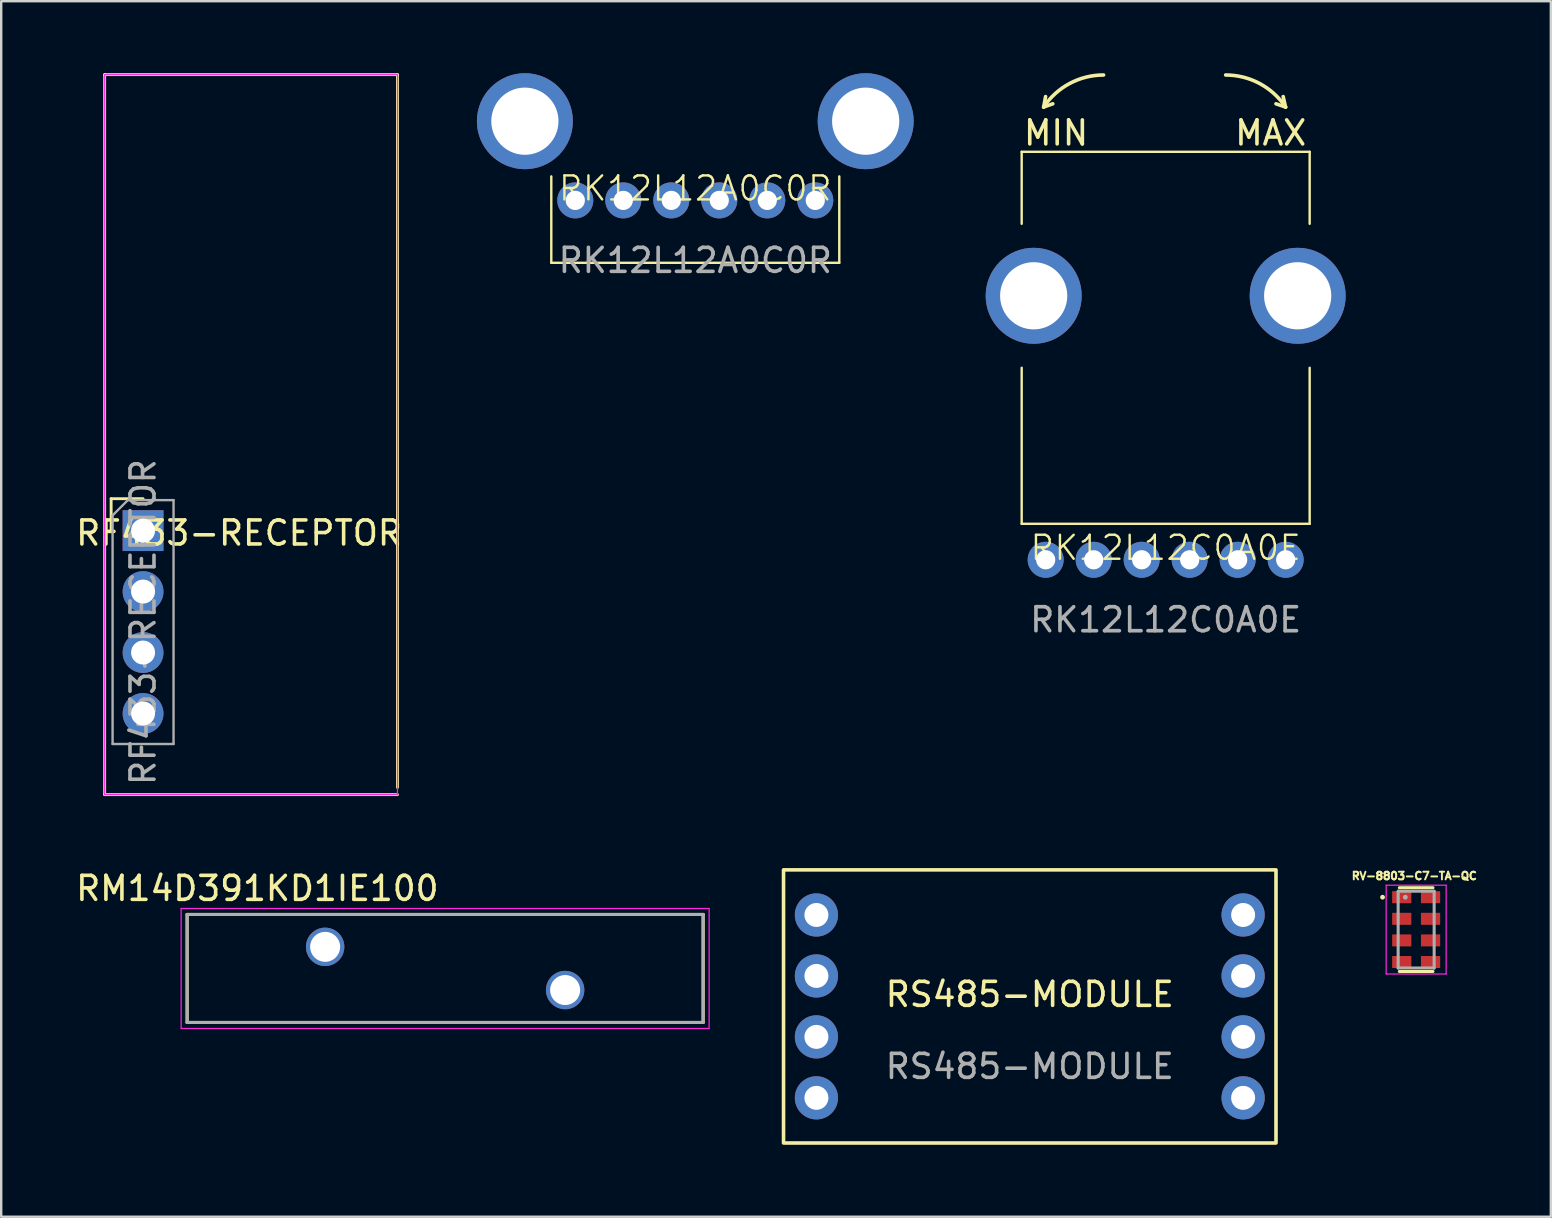
<source format=kicad_pcb>
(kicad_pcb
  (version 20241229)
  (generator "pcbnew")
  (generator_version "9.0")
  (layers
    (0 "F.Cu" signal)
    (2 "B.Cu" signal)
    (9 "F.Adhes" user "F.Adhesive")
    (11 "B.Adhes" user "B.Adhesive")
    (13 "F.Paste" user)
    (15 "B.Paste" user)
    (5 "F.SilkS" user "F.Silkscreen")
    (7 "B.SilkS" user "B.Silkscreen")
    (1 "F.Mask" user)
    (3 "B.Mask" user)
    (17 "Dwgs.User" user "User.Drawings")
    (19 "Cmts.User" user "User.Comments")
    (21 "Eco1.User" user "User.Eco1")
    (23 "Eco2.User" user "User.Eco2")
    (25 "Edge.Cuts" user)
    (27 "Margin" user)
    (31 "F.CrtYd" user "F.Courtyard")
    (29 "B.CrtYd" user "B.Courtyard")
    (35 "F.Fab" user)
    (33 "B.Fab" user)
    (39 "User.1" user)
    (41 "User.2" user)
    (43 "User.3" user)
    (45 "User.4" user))
  (footprint "RF433-RECEPTOR"
    (layer "F.Cu")
    (at 2.911 19.06)
    (property "Reference" "RF433-RECEPTOR" (at 4 0.1 0) (layer "F.SilkS") (effects (font (size 1 1) (thickness 0.15))))
    (attr through_hole)
    (fp_line (start -1.6 -19) (end -1.6 11) (stroke (width 0.12) (type solid)) (layer "F.SilkS"))
    (fp_line (start -1.6 -19) (end 10.6 -19) (stroke (width 0.12) (type solid)) (layer "F.SilkS"))
    (fp_line (start -1.6 11) (end 10.6 11) (stroke (width 0.12) (type solid)) (layer "F.SilkS"))
    (fp_line (start -1.33 -1.33) (end 0 -1.33) (stroke (width 0.12) (type solid)) (layer "F.SilkS"))
    (fp_line (start -1.33 0) (end -1.33 -1.33) (stroke (width 0.12) (type solid)) (layer "F.SilkS"))
    (fp_line (start 10.6 -19) (end 10.6 10.7) (stroke (width 0.12) (type solid)) (layer "F.SilkS"))
    (fp_line (start -1.6 -19) (end -1.6 11) (stroke (width 0.05) (type solid)) (layer "F.CrtYd"))
    (fp_line (start -1.6 11) (end 10.6 11) (stroke (width 0.05) (type solid)) (layer "F.CrtYd"))
    (fp_line (start 10.6 -19) (end -1.6 -19) (stroke (width 0.05) (type solid)) (layer "F.CrtYd"))
    (fp_line (start 10.6 11) (end 10.6 -19) (stroke (width 0.05) (type solid)) (layer "F.CrtYd"))
    (fp_line (start -1.27 -0.635) (end -0.635 -1.27) (stroke (width 0.1) (type solid)) (layer "F.Fab"))
    (fp_line (start -1.27 8.89) (end -1.27 -0.635) (stroke (width 0.1) (type solid)) (layer "F.Fab"))
    (fp_line (start -0.635 -1.27) (end 1.27 -1.27) (stroke (width 0.1) (type solid)) (layer "F.Fab"))
    (fp_line (start 1.27 -1.27) (end 1.27 8.89) (stroke (width 0.1) (type solid)) (layer "F.Fab"))
    (fp_line (start 1.27 8.89) (end -1.27 8.89) (stroke (width 0.1) (type solid)) (layer "F.Fab"))
    (fp_text user "${REFERENCE}" (at 0 3.81 90) (layer "F.Fab") (effects (font (size 1 1) (thickness 0.15))))
    (pad "1" thru_hole rect (at 0 0) (size 1.7 1.7) (drill 1) (layers "*.Cu" "*.Mask"))
    (pad "2" thru_hole oval (at 0 2.54) (size 1.7 1.7) (drill 1) (layers "*.Cu" "*.Mask"))
    (pad "3" thru_hole oval (at 0 5.08) (size 1.7 1.7) (drill 1) (layers "*.Cu" "*.Mask"))
    (pad "4" thru_hole oval (at 0 7.62) (size 1.7 1.7) (drill 1) (layers "*.Cu" "*.Mask")))
  (footprint "RS485-MODULE"
    (layer "F.Cu")
    (at 39.858 38.885)
    (property "Reference" "RS485-MODULE" (at 0 -0.5 0) (unlocked yes) (layer "F.SilkS") (effects (font (size 1 1) (thickness 0.15))))
    (fp_rect (start -10.26 -5.69) (end 10.26 5.69) (stroke (width 0.15) (type solid)) (fill no) (layer "F.SilkS"))
    (fp_text user "${REFERENCE}" (at 0 2.5 0) (unlocked yes) (layer "F.Fab") (effects (font (size 1 1) (thickness 0.15))))
    (pad "1" thru_hole circle (at -8.89 -3.81) (size 1.8 1.8) (drill 1) (layers "*.Cu" "*.Mask"))
    (pad "2" thru_hole circle (at -8.89 -1.27) (size 1.8 1.8) (drill 1) (layers "*.Cu" "*.Mask"))
    (pad "3" thru_hole circle (at -8.89 1.27) (size 1.8 1.8) (drill 1) (layers "*.Cu" "*.Mask"))
    (pad "4" thru_hole circle (at -8.89 3.81) (size 1.8 1.8) (drill 1) (layers "*.Cu" "*.Mask"))
    (pad "5" thru_hole circle (at 8.89 3.81) (size 1.8 1.8) (drill 1) (layers "*.Cu" "*.Mask"))
    (pad "6" thru_hole circle (at 8.89 1.27) (size 1.8 1.8) (drill 1) (layers "*.Cu" "*.Mask"))
    (pad "7" thru_hole circle (at 8.89 -1.27) (size 1.8 1.8) (drill 1) (layers "*.Cu" "*.Mask"))
    (pad "8" thru_hole circle (at 8.89 -3.81) (size 1.8 1.8) (drill 1) (layers "*.Cu" "*.Mask")))
  (footprint "RK12L12C0A0E"
    (layer "F.Cu")
    (at 45.521 20.275)
    (property "Reference" "RK12L12C0A0E" (at 0 -0.5 0) (unlocked yes) (layer "F.SilkS") (effects (font (size 1 1) (thickness 0.1))))
    (fp_line (start -6 -17) (end -6 -14) (stroke (width 0.1) (type solid)) (layer "F.SilkS"))
    (fp_line (start -6 -17) (end 6 -17) (stroke (width 0.1) (type solid)) (layer "F.SilkS"))
    (fp_line (start -6 -8) (end -6 -1.5) (stroke (width 0.1) (type solid)) (layer "F.SilkS"))
    (fp_line (start -5.084 -18.864) (end -5.004 -19.3) (stroke (width 0.15) (type default)) (layer "F.SilkS"))
    (fp_line (start -5.084 -18.864) (end -4.704 -19) (stroke (width 0.15) (type default)) (layer "F.SilkS"))
    (fp_line (start 4.996 -18.864) (end 4.596 -19) (stroke (width 0.15) (type default)) (layer "F.SilkS"))
    (fp_line (start 4.996 -18.864) (end 4.896 -19.3) (stroke (width 0.15) (type default)) (layer "F.SilkS"))
    (fp_line (start 6 -17) (end 6 -14) (stroke (width 0.1) (type solid)) (layer "F.SilkS"))
    (fp_line (start 6 -1.5) (end -6 -1.5) (stroke (width 0.1) (type solid)) (layer "F.SilkS"))
    (fp_line (start 6 -1.5) (end 6 -8) (stroke (width 0.1) (type solid)) (layer "F.SilkS"))
    (fp_arc (start -5.084426 -18.864101) (mid -4.003849 -19.845024) (end -2.588275 -20.2) (stroke (width 0.15) (type default)) (layer "F.SilkS"))
    (fp_arc (start 2.5 -20.2) (mid 3.915574 -19.845024) (end 4.996151 -18.864101) (stroke (width 0.15) (type default)) (layer "F.SilkS"))
    (fp_text user "MIN" (at -6 -17.2 0) (unlocked yes) (layer "F.SilkS") (effects (font (size 1 1) (thickness 0.15)) (justify left bottom)))
    (fp_text user "MAX" (at 2.8 -17.2 0) (unlocked yes) (layer "F.SilkS") (effects (font (size 1 1) (thickness 0.15)) (justify left bottom)))
    (fp_text user "${REFERENCE}" (at 0 2.5 0) (unlocked yes) (layer "F.Fab") (effects (font (size 1 1) (thickness 0.15))))
    (pad "" np_thru_hole circle (at -5.5 -11) (size 4 4) (drill 2.8) (layers "*.Cu" "*.Mask"))
    (pad "" np_thru_hole circle (at 5.5 -11) (size 4 4) (drill 2.8) (layers "*.Cu" "*.Mask"))
    (pad "1" thru_hole circle (at -1 0) (size 1.5 1.5) (drill 0.8) (layers "*.Cu" "*.Mask"))
    (pad "2" thru_hole circle (at 1 0) (size 1.5 1.5) (drill 0.8) (layers "*.Cu" "*.Mask"))
    (pad "3" thru_hole circle (at 3 0) (size 1.5 1.5) (drill 0.8) (layers "*.Cu" "*.Mask"))
    (pad "4" thru_hole circle (at -3 0) (size 1.5 1.5) (drill 0.8) (layers "*.Cu" "*.Mask"))
    (pad "5" thru_hole circle (at -5 0) (size 1.5 1.5) (drill 0.8) (layers "*.Cu" "*.Mask"))
    (pad "6" thru_hole circle (at 5 0) (size 1.5 1.5) (drill 0.8) (layers "*.Cu" "*.Mask")))
  (footprint "RV-8803-C7-TA-QC"
    (layer "F.Cu")
    (at 55.958 35.685)
    (property "Reference" "RV-8803-C7-TA-QC" (at -0.077 -2.237 0) (layer "F.SilkS") (effects (font (size 0.32 0.32) (thickness 0.15))))
    (attr smd)
    (fp_line (start 0.7 -1.745) (end -0.7 -1.745) (stroke (width 0.127) (type solid)) (layer "F.SilkS"))
    (fp_line (start 0.7 1.745) (end -0.7 1.745) (stroke (width 0.127) (type solid)) (layer "F.SilkS"))
    (fp_circle (center -1.4 -1.35) (end -1.35 -1.35) (stroke (width 0.1) (type solid)) (fill no) (layer "F.SilkS"))
    (fp_line (start -1.25 -1.85) (end -1.25 1.85) (stroke (width 0.05) (type solid)) (layer "F.CrtYd"))
    (fp_line (start -1.25 1.85) (end 1.25 1.85) (stroke (width 0.05) (type solid)) (layer "F.CrtYd"))
    (fp_line (start 1.25 -1.85) (end -1.25 -1.85) (stroke (width 0.05) (type solid)) (layer "F.CrtYd"))
    (fp_line (start 1.25 1.85) (end 1.25 -1.85) (stroke (width 0.05) (type solid)) (layer "F.CrtYd"))
    (fp_line (start -0.75 -1.6) (end 0.75 -1.6) (stroke (width 0.127) (type solid)) (layer "F.Fab"))
    (fp_line (start -0.75 1.6) (end -0.75 -1.6) (stroke (width 0.127) (type solid)) (layer "F.Fab"))
    (fp_line (start 0.75 -1.6) (end 0.75 1.6) (stroke (width 0.127) (type solid)) (layer "F.Fab"))
    (fp_line (start 0.75 1.6) (end -0.75 1.6) (stroke (width 0.127) (type solid)) (layer "F.Fab"))
    (fp_circle (center -0.45 -1.35) (end -0.4 -1.35) (stroke (width 0.1) (type solid)) (fill no) (layer "F.Fab"))
    (pad "1" smd roundrect (at -0.6 -1.35 180) (size 0.8 0.5) (layers "F.Cu" "F.Mask" "F.Paste") (roundrect_rratio 0.03))
    (pad "2" smd roundrect (at -0.6 -0.45 180) (size 0.8 0.5) (layers "F.Cu" "F.Mask" "F.Paste") (roundrect_rratio 0.03))
    (pad "3" smd roundrect (at -0.6 0.45 180) (size 0.8 0.5) (layers "F.Cu" "F.Mask" "F.Paste") (roundrect_rratio 0.03))
    (pad "4" smd roundrect (at -0.6 1.35 180) (size 0.8 0.5) (layers "F.Cu" "F.Mask" "F.Paste") (roundrect_rratio 0.03))
    (pad "5" smd roundrect (at 0.6 1.35) (size 0.8 0.5) (layers "F.Cu" "F.Mask" "F.Paste") (roundrect_rratio 0.03))
    (pad "6" smd roundrect (at 0.6 0.45) (size 0.8 0.5) (layers "F.Cu" "F.Mask" "F.Paste") (roundrect_rratio 0.03))
    (pad "7" smd roundrect (at 0.6 -0.45) (size 0.8 0.5) (layers "F.Cu" "F.Mask" "F.Paste") (roundrect_rratio 0.03))
    (pad "8" smd roundrect (at 0.6 -1.35) (size 0.8 0.5) (layers "F.Cu" "F.Mask" "F.Paste") (roundrect_rratio 0.03)))
  (footprint "RM14D391KD1IE100"
    (layer "F.Cu")
    (at 15.498 37.303)
    (property "Reference" "RM14D391KD1IE100" (at -7.825 -3.335 0) (layer "F.SilkS") (effects (font (size 1 1) (thickness 0.15))))
    (attr through_hole)
    (fp_line (start -10.75 -2.25) (end -10.75 2.25) (stroke (width 0.127) (type solid)) (layer "F.SilkS"))
    (fp_line (start -10.75 -2.25) (end 10.75 -2.25) (stroke (width 0.127) (type solid)) (layer "F.SilkS"))
    (fp_line (start -10.75 2.25) (end 10.75 2.25) (stroke (width 0.127) (type solid)) (layer "F.SilkS"))
    (fp_line (start 10.75 -2.25) (end 10.75 2.25) (stroke (width 0.127) (type solid)) (layer "F.SilkS"))
    (fp_line (start -11 -2.5) (end -11 2.5) (stroke (width 0.05) (type solid)) (layer "F.CrtYd"))
    (fp_line (start -11 -2.5) (end 11 -2.5) (stroke (width 0.05) (type solid)) (layer "F.CrtYd"))
    (fp_line (start 11 -2.5) (end 11 2.5) (stroke (width 0.05) (type solid)) (layer "F.CrtYd"))
    (fp_line (start 11 2.5) (end -11 2.5) (stroke (width 0.05) (type solid)) (layer "F.CrtYd"))
    (fp_line (start -10.75 -2.25) (end -10.75 2.25) (stroke (width 0.127) (type solid)) (layer "F.Fab"))
    (fp_line (start -10.75 -2.25) (end 10.75 -2.25) (stroke (width 0.127) (type solid)) (layer "F.Fab"))
    (fp_line (start 10.75 -2.25) (end 10.75 2.25) (stroke (width 0.127) (type solid)) (layer "F.Fab"))
    (fp_line (start 10.75 2.25) (end -10.75 2.25) (stroke (width 0.127) (type solid)) (layer "F.Fab"))
    (pad "1" thru_hole circle (at -5 -0.9) (size 1.6 1.6) (drill 1.25) (layers "*.Cu" "*.Mask"))
    (pad "2" thru_hole circle (at 5 0.9) (size 1.6 1.6) (drill 1.25) (layers "*.Cu" "*.Mask")))
  (footprint "RK12L12A0C0R"
    (layer "F.Cu")
    (at 25.921 5.3)
    (property "Reference" "RK12L12A0C0R" (at 0 -0.5 0) (unlocked yes) (layer "F.SilkS") (effects (font (size 1 1) (thickness 0.1))))
    (fp_line (start -6 -1) (end -6 2.6) (stroke (width 0.1) (type solid)) (layer "F.SilkS"))
    (fp_line (start 6 2.6) (end -6 2.6) (stroke (width 0.1) (type solid)) (layer "F.SilkS"))
    (fp_line (start 6 2.6) (end 6 -1) (stroke (width 0.1) (type solid)) (layer "F.SilkS"))
    (fp_text user "${REFERENCE}" (at 0 2.5 0) (unlocked yes) (layer "F.Fab") (effects (font (size 1 1) (thickness 0.15))))
    (pad "" np_thru_hole circle (at -7.1 -3.3) (size 4 4) (drill 2.8) (layers "*.Cu" "*.Mask"))
    (pad "" np_thru_hole circle (at 7.1 -3.3) (size 4 4) (drill 2.8) (layers "*.Cu" "*.Mask"))
    (pad "1" thru_hole circle (at -1 0) (size 1.5 1.5) (drill 0.8) (layers "*.Cu" "*.Mask"))
    (pad "2" thru_hole circle (at 1 0) (size 1.5 1.5) (drill 0.8) (layers "*.Cu" "*.Mask"))
    (pad "3" thru_hole circle (at 3 0) (size 1.5 1.5) (drill 0.8) (layers "*.Cu" "*.Mask"))
    (pad "4" thru_hole circle (at -3 0) (size 1.5 1.5) (drill 0.8) (layers "*.Cu" "*.Mask"))
    (pad "5" thru_hole circle (at -5 0) (size 1.5 1.5) (drill 0.8) (layers "*.Cu" "*.Mask"))
    (pad "6" thru_hole circle (at 5 0) (size 1.5 1.5) (drill 0.8) (layers "*.Cu" "*.Mask")))
  (gr_rect
    (start -3 -3)
    (end 61.57 47.65)
    (stroke (width 0.1) (type default))
    (fill no)
    (layer "Edge.Cuts")))
</source>
